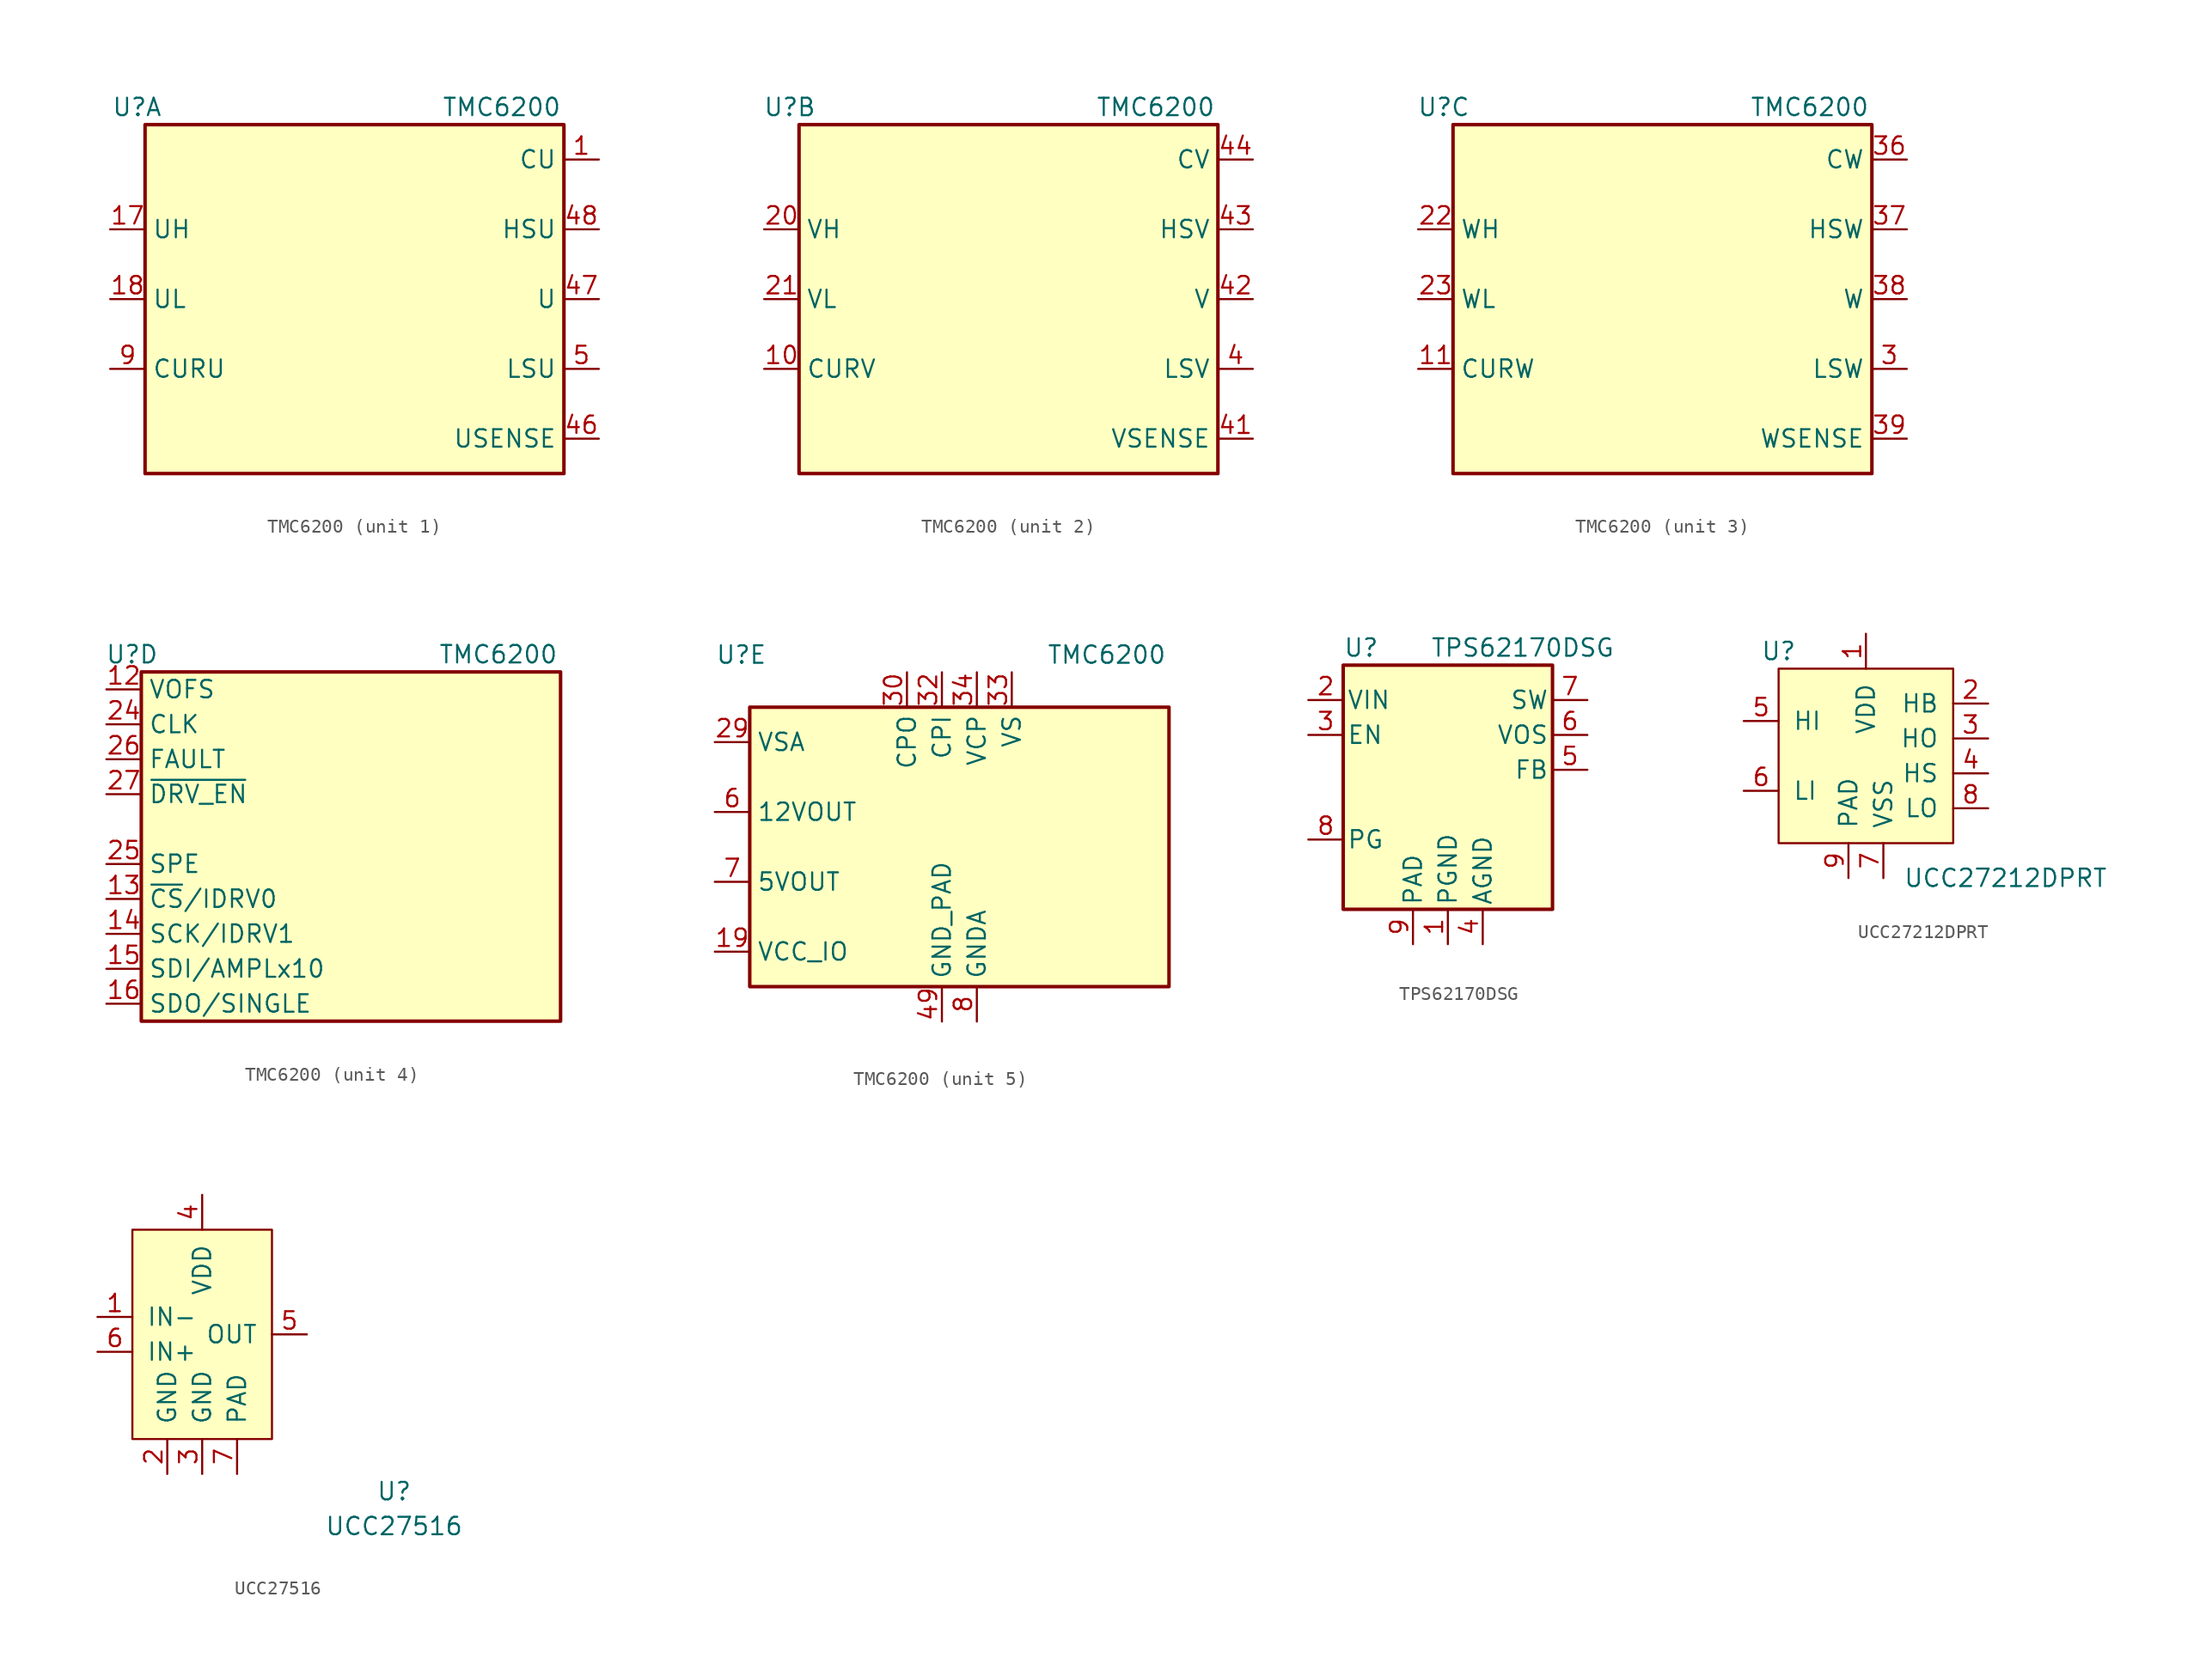
<source format=kicad_sym>
(kicad_symbol_lib
  (version 20231120)
  (generator "kicad_symbol_editor")
  (generator_version "8.0")
  (symbol "TMC6200"
    (property "Reference" "U"
      (at -13.97 13.97 0)
      (effects (font (size 1.27 1.27)) (justify right)))
    (property "Value" "TMC6200"
      (at 6.35 13.97 0)
      (effects (font (size 1.27 1.27)) (justify left)))
    (property "ki_locked" ""
      (at 0 0 0)
      (effects (font (size 1.27 1.27))))
    (symbol "TMC6200_1_0"
      (rectangle (start -15.24 12.7) (end 15.24 -12.7) (stroke (width 0.254) (type default)) (fill (type background))))
    (symbol "TMC6200_1_1"
      (pin output line (at 17.78 10.16 180) (length 2.54) (name "CU" (effects (font (size 1.27 1.27)))) (number "1" (effects (font (size 1.27 1.27)))))
      (pin input line (at -17.78 5.08 0) (length 2.54) (name "UH" (effects (font (size 1.27 1.27)))) (number "17" (effects (font (size 1.27 1.27)))))
      (pin input line (at -17.78 0 0) (length 2.54) (name "UL" (effects (font (size 1.27 1.27)))) (number "18" (effects (font (size 1.27 1.27)))))
      (pin input line (at 17.78 -10.16 180) (length 2.54) (name "USENSE" (effects (font (size 1.27 1.27)))) (number "46" (effects (font (size 1.27 1.27)))))
      (pin output line (at 17.78 0 180) (length 2.54) (name "U" (effects (font (size 1.27 1.27)))) (number "47" (effects (font (size 1.27 1.27)))))
      (pin power_out line (at 17.78 5.08 180) (length 2.54) (name "HSU" (effects (font (size 1.27 1.27)))) (number "48" (effects (font (size 1.27 1.27)))))
      (pin power_out line (at 17.78 -5.08 180) (length 2.54) (name "LSU" (effects (font (size 1.27 1.27)))) (number "5" (effects (font (size 1.27 1.27)))))
      (pin output line (at -17.78 -5.08 0) (length 2.54) (name "CURU" (effects (font (size 1.27 1.27)))) (number "9" (effects (font (size 1.27 1.27))))))
    (symbol "TMC6200_2_0"
      (rectangle (start -15.24 12.7) (end 15.24 -12.7) (stroke (width 0.254) (type default)) (fill (type background))))
    (symbol "TMC6200_2_1"
      (pin output line (at -17.78 -5.08 0) (length 2.54) (name "CURV" (effects (font (size 1.27 1.27)))) (number "10" (effects (font (size 1.27 1.27)))))
      (pin input line (at -17.78 5.08 0) (length 2.54) (name "VH" (effects (font (size 1.27 1.27)))) (number "20" (effects (font (size 1.27 1.27)))))
      (pin input line (at -17.78 0 0) (length 2.54) (name "VL" (effects (font (size 1.27 1.27)))) (number "21" (effects (font (size 1.27 1.27)))))
      (pin power_out line (at 17.78 -5.08 180) (length 2.54) (name "LSV" (effects (font (size 1.27 1.27)))) (number "4" (effects (font (size 1.27 1.27)))))
      (pin input line (at 17.78 -10.16 180) (length 2.54) (name "VSENSE" (effects (font (size 1.27 1.27)))) (number "41" (effects (font (size 1.27 1.27)))))
      (pin output line (at 17.78 0 180) (length 2.54) (name "V" (effects (font (size 1.27 1.27)))) (number "42" (effects (font (size 1.27 1.27)))))
      (pin power_out line (at 17.78 5.08 180) (length 2.54) (name "HSV" (effects (font (size 1.27 1.27)))) (number "43" (effects (font (size 1.27 1.27)))))
      (pin power_out line (at 17.78 10.16 180) (length 2.54) (name "CV" (effects (font (size 1.27 1.27)))) (number "44" (effects (font (size 1.27 1.27))))))
    (symbol "TMC6200_3_0"
      (rectangle (start -15.24 12.7) (end 15.24 -12.7) (stroke (width 0.254) (type default)) (fill (type background))))
    (symbol "TMC6200_3_1"
      (pin output line (at -17.78 -5.08 0) (length 2.54) (name "CURW" (effects (font (size 1.27 1.27)))) (number "11" (effects (font (size 1.27 1.27)))))
      (pin input line (at -17.78 5.08 0) (length 2.54) (name "WH" (effects (font (size 1.27 1.27)))) (number "22" (effects (font (size 1.27 1.27)))))
      (pin input line (at -17.78 0 0) (length 2.54) (name "WL" (effects (font (size 1.27 1.27)))) (number "23" (effects (font (size 1.27 1.27)))))
      (pin power_out line (at 17.78 -5.08 180) (length 2.54) (name "LSW" (effects (font (size 1.27 1.27)))) (number "3" (effects (font (size 1.27 1.27)))))
      (pin power_out line (at 17.78 10.16 180) (length 2.54) (name "CW" (effects (font (size 1.27 1.27)))) (number "36" (effects (font (size 1.27 1.27)))))
      (pin power_out line (at 17.78 5.08 180) (length 2.54) (name "HSW" (effects (font (size 1.27 1.27)))) (number "37" (effects (font (size 1.27 1.27)))))
      (pin output line (at 17.78 0 180) (length 2.54) (name "W" (effects (font (size 1.27 1.27)))) (number "38" (effects (font (size 1.27 1.27)))))
      (pin input line (at 17.78 -10.16 180) (length 2.54) (name "WSENSE" (effects (font (size 1.27 1.27)))) (number "39" (effects (font (size 1.27 1.27))))))
    (symbol "TMC6200_4_0"
      (rectangle (start -15.24 12.7) (end 15.24 -12.7) (stroke (width 0.254) (type default)) (fill (type background))))
    (symbol "TMC6200_4_1"
      (pin input line (at -17.78 11.43 0) (length 2.54) (name "VOFS" (effects (font (size 1.27 1.27)))) (number "12" (effects (font (size 1.27 1.27)))))
      (pin input line (at -17.78 -3.81 0) (length 2.54) (name "~{CS}/IDRV0" (effects (font (size 1.27 1.27)))) (number "13" (effects (font (size 1.27 1.27)))))
      (pin input line (at -17.78 -6.35 0) (length 2.54) (name "SCK/IDRV1" (effects (font (size 1.27 1.27)))) (number "14" (effects (font (size 1.27 1.27)))))
      (pin input line (at -17.78 -8.89 0) (length 2.54) (name "SDI/AMPLx10" (effects (font (size 1.27 1.27)))) (number "15" (effects (font (size 1.27 1.27)))))
      (pin bidirectional line (at -17.78 -11.43 0) (length 2.54) (name "SDO/SINGLE" (effects (font (size 1.27 1.27)))) (number "16" (effects (font (size 1.27 1.27)))))
      (pin input line (at -17.78 8.89 0) (length 2.54) (name "CLK" (effects (font (size 1.27 1.27)))) (number "24" (effects (font (size 1.27 1.27)))))
      (pin input line (at -17.78 -1.27 0) (length 2.54) (name "SPE" (effects (font (size 1.27 1.27)))) (number "25" (effects (font (size 1.27 1.27)))))
      (pin output line (at -17.78 6.35 0) (length 2.54) (name "FAULT" (effects (font (size 1.27 1.27)))) (number "26" (effects (font (size 1.27 1.27)))))
      (pin input line (at -17.78 3.81 0) (length 2.54) (name "~{DRV_EN}" (effects (font (size 1.27 1.27)))) (number "27" (effects (font (size 1.27 1.27))))))
    (symbol "TMC6200_5_0"
      (rectangle (start -15.24 10.16) (end 15.24 -10.16) (stroke (width 0.254) (type default)) (fill (type background))))
    (symbol "TMC6200_5_1"
      (pin power_in line (at -17.78 -7.62 0) (length 2.54) (name "VCC_IO" (effects (font (size 1.27 1.27)))) (number "19" (effects (font (size 1.27 1.27)))))
      (pin no_connect line (at 3.81 -12.7 90) (length 2.54) hide (name "NC2" (effects (font (size 1.27 1.27)))) (number "2" (effects (font (size 1.27 1.27)))))
      (pin no_connect line (at 3.81 -12.7 90) (length 2.54) hide (name "NC28" (effects (font (size 1.27 1.27)))) (number "28" (effects (font (size 1.27 1.27)))))
      (pin power_in line (at -17.78 7.62 0) (length 2.54) (name "VSA" (effects (font (size 1.27 1.27)))) (number "29" (effects (font (size 1.27 1.27)))))
      (pin power_out line (at -3.81 12.7 270) (length 2.54) (name "CPO" (effects (font (size 1.27 1.27)))) (number "30" (effects (font (size 1.27 1.27)))))
      (pin no_connect line (at 3.81 -12.7 90) (length 2.54) hide (name "NC31" (effects (font (size 1.27 1.27)))) (number "31" (effects (font (size 1.27 1.27)))))
      (pin power_in line (at -1.27 12.7 270) (length 2.54) (name "CPI" (effects (font (size 1.27 1.27)))) (number "32" (effects (font (size 1.27 1.27)))))
      (pin power_in line (at 3.81 12.7 270) (length 2.54) (name "VS" (effects (font (size 1.27 1.27)))) (number "33" (effects (font (size 1.27 1.27)))))
      (pin power_out line (at 1.27 12.7 270) (length 2.54) (name "VCP" (effects (font (size 1.27 1.27)))) (number "34" (effects (font (size 1.27 1.27)))))
      (pin no_connect line (at 3.81 -12.7 90) (length 2.54) hide (name "NC35" (effects (font (size 1.27 1.27)))) (number "35" (effects (font (size 1.27 1.27)))))
      (pin no_connect line (at 3.81 -12.7 90) (length 2.54) hide (name "NC40" (effects (font (size 1.27 1.27)))) (number "40" (effects (font (size 1.27 1.27)))))
      (pin no_connect line (at 3.81 -12.7 90) (length 2.54) hide (name "NC45" (effects (font (size 1.27 1.27)))) (number "45" (effects (font (size 1.27 1.27)))))
      (pin power_in line (at -1.27 -12.7 90) (length 2.54) (name "GND_PAD" (effects (font (size 1.27 1.27)))) (number "49" (effects (font (size 1.27 1.27)))))
      (pin power_out line (at -17.78 2.54 0) (length 2.54) (name "12VOUT" (effects (font (size 1.27 1.27)))) (number "6" (effects (font (size 1.27 1.27)))))
      (pin power_out line (at -17.78 -2.54 0) (length 2.54) (name "5VOUT" (effects (font (size 1.27 1.27)))) (number "7" (effects (font (size 1.27 1.27)))))
      (pin power_in line (at 1.27 -12.7 90) (length 2.54) (name "GNDA" (effects (font (size 1.27 1.27)))) (number "8" (effects (font (size 1.27 1.27)))))))
  (symbol "TPS62170DSG"
    (pin_names
      (offset 0.254))
    (property "Reference" "U"
      (at -7.62 11.43 0)
      (effects (font (size 1.27 1.27)) (justify left)))
    (property "Value" "TPS62170DSG"
      (at -1.27 11.43 0)
      (effects (font (size 1.27 1.27)) (justify left)))
    (symbol "TPS62170DSG_0_1"
      (rectangle (start -7.62 10.16) (end 7.62 -7.62) (stroke (width 0.254) (type default)) (fill (type background))))
    (symbol "TPS62170DSG_1_1"
      (pin power_in line (at 0 -10.16 90) (length 2.54) (name "PGND" (effects (font (size 1.27 1.27)))) (number "1" (effects (font (size 1.27 1.27)))))
      (pin power_in line (at -10.16 7.62 0) (length 2.54) (name "VIN" (effects (font (size 1.27 1.27)))) (number "2" (effects (font (size 1.27 1.27)))))
      (pin input line (at -10.16 5.08 0) (length 2.54) (name "EN" (effects (font (size 1.27 1.27)))) (number "3" (effects (font (size 1.27 1.27)))))
      (pin power_in line (at 2.54 -10.16 90) (length 2.54) (name "AGND" (effects (font (size 1.27 1.27)))) (number "4" (effects (font (size 1.27 1.27)))))
      (pin input line (at 10.16 2.54 180) (length 2.54) (name "FB" (effects (font (size 1.27 1.27)))) (number "5" (effects (font (size 1.27 1.27)))))
      (pin input line (at 10.16 5.08 180) (length 2.54) (name "VOS" (effects (font (size 1.27 1.27)))) (number "6" (effects (font (size 1.27 1.27)))))
      (pin power_out line (at 10.16 7.62 180) (length 2.54) (name "SW" (effects (font (size 1.27 1.27)))) (number "7" (effects (font (size 1.27 1.27)))))
      (pin open_collector line (at -10.16 -2.54 0) (length 2.54) (name "PG" (effects (font (size 1.27 1.27)))) (number "8" (effects (font (size 1.27 1.27)))))
      (pin power_in line (at -2.54 -10.16 90) (length 2.54) (name "PAD" (effects (font (size 1.27 1.27)))) (number "9" (effects (font (size 1.27 1.27)))))))
  (symbol "UCC27212DPRT"
    (pin_names
      (offset 1.016))
    (property "Reference" "U"
      (at -6.35 7.62 0)
      (effects (font (size 1.27 1.27))))
    (property "Value" "UCC27212DPRT"
      (at 10.16 -8.89 0)
      (effects (font (size 1.27 1.27))))
    (symbol "UCC27212DPRT_0_0"
      (pin power_in line (at 0 8.89 270) (length 2.54) (name "VDD" (effects (font (size 1.27 1.27)))) (number "1" (effects (font (size 1.27 1.27)))))
      (pin input line (at 8.89 3.81 180) (length 2.54) (name "HB" (effects (font (size 1.27 1.27)))) (number "2" (effects (font (size 1.27 1.27)))))
      (pin power_out line (at 8.89 1.27 180) (length 2.54) (name "HO" (effects (font (size 1.27 1.27)))) (number "3" (effects (font (size 1.27 1.27)))))
      (pin input line (at 8.89 -1.27 180) (length 2.54) (name "HS" (effects (font (size 1.27 1.27)))) (number "4" (effects (font (size 1.27 1.27)))))
      (pin input line (at -8.89 2.54 0) (length 2.54) (name "HI" (effects (font (size 1.27 1.27)))) (number "5" (effects (font (size 1.27 1.27)))))
      (pin input line (at -8.89 -2.54 0) (length 2.54) (name "LI" (effects (font (size 1.27 1.27)))) (number "6" (effects (font (size 1.27 1.27)))))
      (pin power_in line (at 1.27 -8.89 90) (length 2.54) (name "VSS" (effects (font (size 1.27 1.27)))) (number "7" (effects (font (size 1.27 1.27)))))
      (pin power_out line (at 8.89 -3.81 180) (length 2.54) (name "LO" (effects (font (size 1.27 1.27)))) (number "8" (effects (font (size 1.27 1.27)))))
      (pin power_in line (at -1.27 -8.89 90) (length 2.54) (name "PAD" (effects (font (size 1.27 1.27)))) (number "9" (effects (font (size 1.27 1.27))))))
    (symbol "UCC27212DPRT_0_1"
      (rectangle (start -6.35 6.35) (end 6.35 -6.35) (stroke (width 0) (type default)) (fill (type background)))))
  (symbol "UCC27516"
    (pin_names
      (offset 1.016))
    (property "Reference" "U"
      (at 13.97 -11.43 0)
      (effects (font (size 1.27 1.27))))
    (property "Value" "UCC27516"
      (at 13.97 -13.97 0)
      (effects (font (size 1.27 1.27))))
    (symbol "UCC27516_0_0"
      (pin input line (at -7.62 1.27 0) (length 2.54) (name "IN-" (effects (font (size 1.27 1.27)))) (number "1" (effects (font (size 1.27 1.27)))))
      (pin input line (at -2.54 -10.16 90) (length 2.54) (name "GND" (effects (font (size 1.27 1.27)))) (number "2" (effects (font (size 1.27 1.27)))))
      (pin input line (at 0 -10.16 90) (length 2.54) (name "GND" (effects (font (size 1.27 1.27)))) (number "3" (effects (font (size 1.27 1.27)))))
      (pin power_in line (at 0 10.16 270) (length 2.54) (name "VDD" (effects (font (size 1.27 1.27)))) (number "4" (effects (font (size 1.27 1.27)))))
      (pin power_out line (at 7.62 0 180) (length 2.54) (name "OUT" (effects (font (size 1.27 1.27)))) (number "5" (effects (font (size 1.27 1.27)))))
      (pin input line (at -7.62 -1.27 0) (length 2.54) (name "IN+" (effects (font (size 1.27 1.27)))) (number "6" (effects (font (size 1.27 1.27)))))
      (pin input line (at 2.54 -10.16 90) (length 2.54) (name "PAD" (effects (font (size 1.27 1.27)))) (number "7" (effects (font (size 1.27 1.27))))))
    (symbol "UCC27516_0_1"
      (rectangle (start -5.08 7.62) (end 5.08 -7.62) (stroke (width 0) (type default)) (fill (type background))))))
</source>
